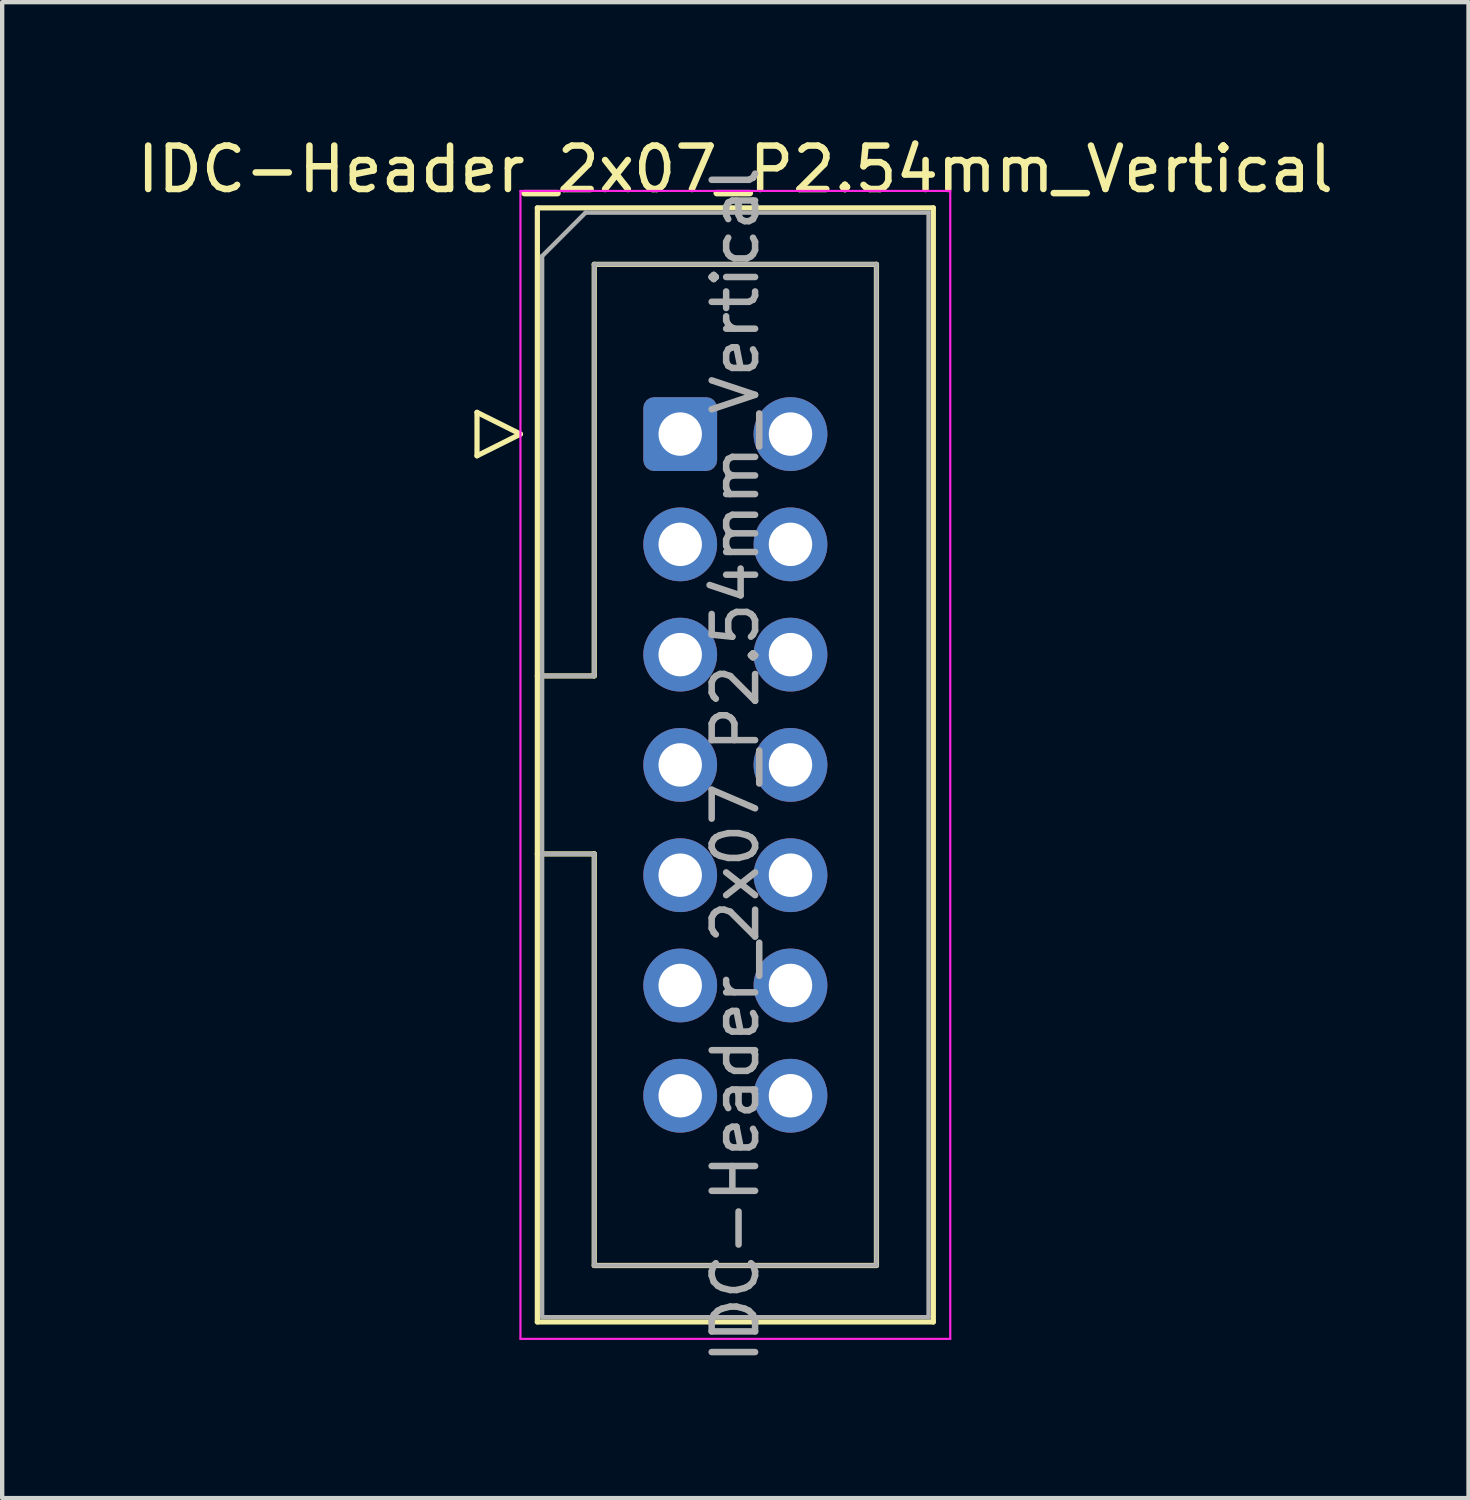
<source format=kicad_pcb>
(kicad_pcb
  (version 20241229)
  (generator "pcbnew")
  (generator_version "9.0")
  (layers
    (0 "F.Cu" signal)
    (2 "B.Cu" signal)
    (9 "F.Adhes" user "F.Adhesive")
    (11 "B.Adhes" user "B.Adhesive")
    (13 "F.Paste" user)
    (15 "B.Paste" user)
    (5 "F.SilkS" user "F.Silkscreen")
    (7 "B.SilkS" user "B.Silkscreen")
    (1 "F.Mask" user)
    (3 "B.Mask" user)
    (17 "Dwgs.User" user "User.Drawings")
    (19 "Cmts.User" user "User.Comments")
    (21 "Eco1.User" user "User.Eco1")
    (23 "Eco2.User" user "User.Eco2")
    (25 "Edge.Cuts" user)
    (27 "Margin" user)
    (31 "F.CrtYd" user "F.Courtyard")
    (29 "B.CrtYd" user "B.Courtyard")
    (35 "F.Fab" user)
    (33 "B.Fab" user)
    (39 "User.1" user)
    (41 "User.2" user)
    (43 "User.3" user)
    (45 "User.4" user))
  (footprint "IDC-Header_2x07_P2.54mm_Vertical"
    (layer "F.Cu")
    (at 12.617 6.948)
    (property "Reference" "IDC-Header_2x07_P2.54mm_Vertical" (at 1.27 -6.1 0) (layer "F.SilkS") (effects (font (size 1 1) (thickness 0.15))))
    (attr through_hole)
    (fp_line (start -4.68 -0.5) (end -4.68 0.5) (stroke (width 0.12) (type solid)) (layer "F.SilkS"))
    (fp_line (start -4.68 0.5) (end -3.68 0) (stroke (width 0.12) (type solid)) (layer "F.SilkS"))
    (fp_line (start -3.68 0) (end -4.68 -0.5) (stroke (width 0.12) (type solid)) (layer "F.SilkS"))
    (fp_line (start -3.29 -5.21) (end 5.83 -5.21) (stroke (width 0.12) (type solid)) (layer "F.SilkS"))
    (fp_line (start -3.29 5.57) (end -1.98 5.57) (stroke (width 0.12) (type solid)) (layer "F.SilkS"))
    (fp_line (start -3.29 20.45) (end -3.29 -5.21) (stroke (width 0.12) (type solid)) (layer "F.SilkS"))
    (fp_line (start -1.98 -3.91) (end 4.52 -3.91) (stroke (width 0.12) (type solid)) (layer "F.SilkS"))
    (fp_line (start -1.98 5.57) (end -1.98 -3.91) (stroke (width 0.12) (type solid)) (layer "F.SilkS"))
    (fp_line (start -1.98 9.67) (end -3.29 9.67) (stroke (width 0.12) (type solid)) (layer "F.SilkS"))
    (fp_line (start -1.98 9.67) (end -1.98 9.67) (stroke (width 0.12) (type solid)) (layer "F.SilkS"))
    (fp_line (start -1.98 19.15) (end -1.98 9.67) (stroke (width 0.12) (type solid)) (layer "F.SilkS"))
    (fp_line (start 4.52 -3.91) (end 4.52 19.15) (stroke (width 0.12) (type solid)) (layer "F.SilkS"))
    (fp_line (start 4.52 19.15) (end -1.98 19.15) (stroke (width 0.12) (type solid)) (layer "F.SilkS"))
    (fp_line (start 5.83 -5.21) (end 5.83 20.45) (stroke (width 0.12) (type solid)) (layer "F.SilkS"))
    (fp_line (start 5.83 20.45) (end -3.29 20.45) (stroke (width 0.12) (type solid)) (layer "F.SilkS"))
    (fp_line (start -3.68 -5.6) (end -3.68 20.84) (stroke (width 0.05) (type solid)) (layer "F.CrtYd"))
    (fp_line (start -3.68 20.84) (end 6.22 20.84) (stroke (width 0.05) (type solid)) (layer "F.CrtYd"))
    (fp_line (start 6.22 -5.6) (end -3.68 -5.6) (stroke (width 0.05) (type solid)) (layer "F.CrtYd"))
    (fp_line (start 6.22 20.84) (end 6.22 -5.6) (stroke (width 0.05) (type solid)) (layer "F.CrtYd"))
    (fp_line (start -3.18 -4.1) (end -2.18 -5.1) (stroke (width 0.1) (type solid)) (layer "F.Fab"))
    (fp_line (start -3.18 5.57) (end -1.98 5.57) (stroke (width 0.1) (type solid)) (layer "F.Fab"))
    (fp_line (start -3.18 20.34) (end -3.18 -4.1) (stroke (width 0.1) (type solid)) (layer "F.Fab"))
    (fp_line (start -2.18 -5.1) (end 5.72 -5.1) (stroke (width 0.1) (type solid)) (layer "F.Fab"))
    (fp_line (start -1.98 -3.91) (end 4.52 -3.91) (stroke (width 0.1) (type solid)) (layer "F.Fab"))
    (fp_line (start -1.98 5.57) (end -1.98 -3.91) (stroke (width 0.1) (type solid)) (layer "F.Fab"))
    (fp_line (start -1.98 9.67) (end -3.18 9.67) (stroke (width 0.1) (type solid)) (layer "F.Fab"))
    (fp_line (start -1.98 9.67) (end -1.98 9.67) (stroke (width 0.1) (type solid)) (layer "F.Fab"))
    (fp_line (start -1.98 19.15) (end -1.98 9.67) (stroke (width 0.1) (type solid)) (layer "F.Fab"))
    (fp_line (start 4.52 -3.91) (end 4.52 19.15) (stroke (width 0.1) (type solid)) (layer "F.Fab"))
    (fp_line (start 4.52 19.15) (end -1.98 19.15) (stroke (width 0.1) (type solid)) (layer "F.Fab"))
    (fp_line (start 5.72 -5.1) (end 5.72 20.34) (stroke (width 0.1) (type solid)) (layer "F.Fab"))
    (fp_line (start 5.72 20.34) (end -3.18 20.34) (stroke (width 0.1) (type solid)) (layer "F.Fab"))
    (fp_text user "${REFERENCE}" (at 1.27 7.62 90) (layer "F.Fab") (effects (font (size 1 1) (thickness 0.15))))
    (pad "1" thru_hole roundrect (at 0 0) (size 1.7 1.7) (drill 1) (layers "*.Cu" "*.Mask") (roundrect_rratio 0.147))
    (pad "2" thru_hole circle (at 2.54 0) (size 1.7 1.7) (drill 1) (layers "*.Cu" "*.Mask"))
    (pad "3" thru_hole circle (at 0 2.54) (size 1.7 1.7) (drill 1) (layers "*.Cu" "*.Mask"))
    (pad "4" thru_hole circle (at 2.54 2.54) (size 1.7 1.7) (drill 1) (layers "*.Cu" "*.Mask"))
    (pad "5" thru_hole circle (at 0 5.08) (size 1.7 1.7) (drill 1) (layers "*.Cu" "*.Mask"))
    (pad "6" thru_hole circle (at 2.54 5.08) (size 1.7 1.7) (drill 1) (layers "*.Cu" "*.Mask"))
    (pad "7" thru_hole circle (at 0 7.62) (size 1.7 1.7) (drill 1) (layers "*.Cu" "*.Mask"))
    (pad "8" thru_hole circle (at 2.54 7.62) (size 1.7 1.7) (drill 1) (layers "*.Cu" "*.Mask"))
    (pad "9" thru_hole circle (at 0 10.16) (size 1.7 1.7) (drill 1) (layers "*.Cu" "*.Mask"))
    (pad "10" thru_hole circle (at 2.54 10.16) (size 1.7 1.7) (drill 1) (layers "*.Cu" "*.Mask"))
    (pad "11" thru_hole circle (at 0 12.7) (size 1.7 1.7) (drill 1) (layers "*.Cu" "*.Mask"))
    (pad "12" thru_hole circle (at 2.54 12.7) (size 1.7 1.7) (drill 1) (layers "*.Cu" "*.Mask"))
    (pad "13" thru_hole circle (at 0 15.24) (size 1.7 1.7) (drill 1) (layers "*.Cu" "*.Mask"))
    (pad "14" thru_hole circle (at 2.54 15.24) (size 1.7 1.7) (drill 1) (layers "*.Cu" "*.Mask")))
  (gr_rect
    (start -3 -3)
    (end 30.774 31.455)
    (stroke (width 0.1) (type default))
    (fill no)
    (layer "Edge.Cuts")))
</source>
